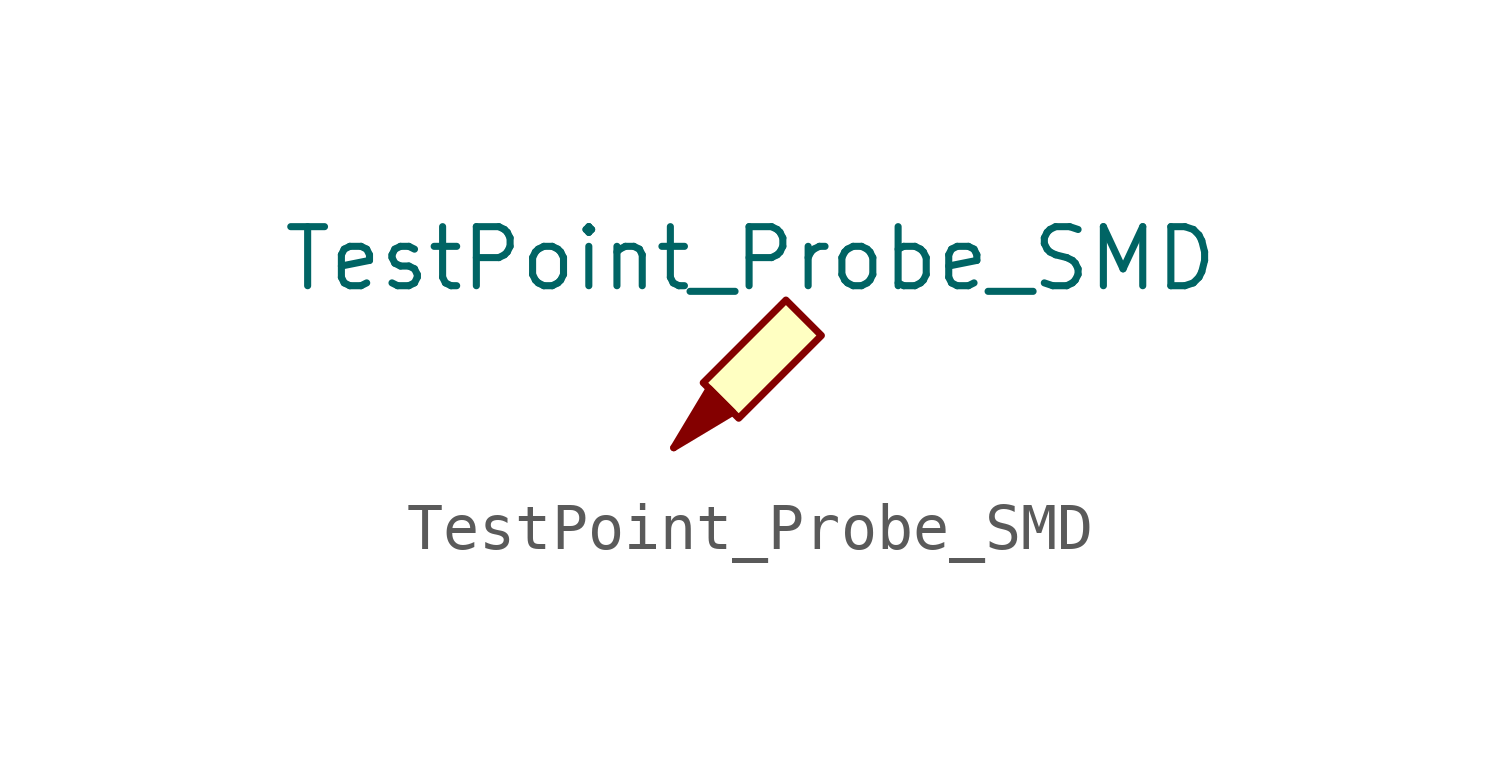
<source format=kicad_sym>
(kicad_symbol_lib
  (version 20231120)
  (generator "kicad_symbol_editor")
  (generator_version "8.0")
  (symbol "TestPoint_Probe_SMD"
    (pin_numbers hide)
    (pin_names
      (offset 0.762) hide)
    (property "Reference" "TP"
      (at 0.381 5.842 0)
      (effects (font (size 0.635 0.635)) (hide yes)))
    (property "Value" "TestPoint_Probe_SMD"
      (at 1.651 4.064 0)
      (effects (font (size 1.27 1.27))))
    (symbol "TestPoint_Probe_SMD_0_1"
      (polyline (pts (xy 1.27 0.762) (xy 0 0) (xy 0.762 1.27) (xy 1.27 0.762)) (stroke (width 0) (type default)) (fill (type outline)))
      (polyline (pts (xy 1.397 0.635) (xy 0.635 1.397) (xy 2.413 3.175) (xy 3.175 2.413) (xy 1.397 0.635)) (stroke (width 0) (type default)) (fill (type background))))
    (symbol "TestPoint_Probe_SMD_1_1"
      (pin passive line (at 0 0 90) (length 0) (name "1" (effects (font (size 1.27 1.27)))) (number "1" (effects (font (size 1.27 1.27))))))))
</source>
